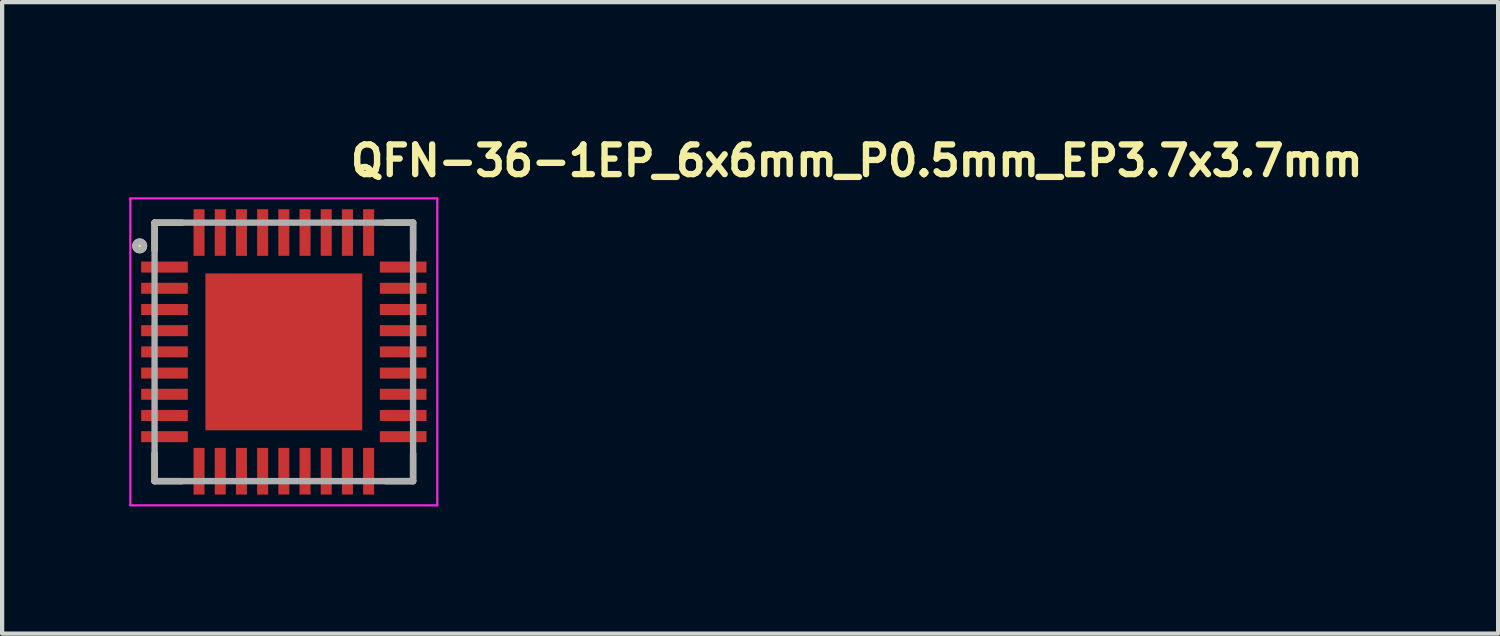
<source format=kicad_pcb>
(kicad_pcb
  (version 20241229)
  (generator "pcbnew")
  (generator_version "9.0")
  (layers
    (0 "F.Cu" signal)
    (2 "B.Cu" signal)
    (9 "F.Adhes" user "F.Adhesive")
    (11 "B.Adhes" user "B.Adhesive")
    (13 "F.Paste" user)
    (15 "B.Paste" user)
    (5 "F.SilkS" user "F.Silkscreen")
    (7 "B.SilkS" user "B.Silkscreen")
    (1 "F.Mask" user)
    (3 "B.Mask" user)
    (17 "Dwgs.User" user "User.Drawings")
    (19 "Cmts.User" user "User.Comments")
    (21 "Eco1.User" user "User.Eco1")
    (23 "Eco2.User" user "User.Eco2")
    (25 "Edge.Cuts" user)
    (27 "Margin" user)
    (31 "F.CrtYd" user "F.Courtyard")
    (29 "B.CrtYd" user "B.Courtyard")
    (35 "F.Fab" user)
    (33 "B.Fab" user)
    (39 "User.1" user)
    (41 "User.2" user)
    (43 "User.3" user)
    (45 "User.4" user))
  (footprint "QFN-36-1EP_6x6mm_P0.5mm_EP3.7x3.7mm"
    (layer "F.Cu")
    (at 3.645 5.25)
    (property "Reference" "QFN-36-1EP_6x6mm_P0.5mm_EP3.7x3.7mm" (at 1.5 -4.1 0) (unlocked yes) (layer "F.SilkS") (effects (font (size 0.7 0.7) (thickness 0.15)) (justify left bottom)))
    (attr smd)
    (fp_line (start -3.049 -3.049) (end -2.4 -3.049) (stroke (width 0.15) (type solid)) (layer "F.SilkS"))
    (fp_line (start -3.049 -2.4) (end -3.049 -3.049) (stroke (width 0.15) (type solid)) (layer "F.SilkS"))
    (fp_line (start -3.049 2.4) (end -3.049 3.049) (stroke (width 0.15) (type solid)) (layer "F.SilkS"))
    (fp_line (start -3.049 3.049) (end -2.4 3.049) (stroke (width 0.15) (type solid)) (layer "F.SilkS"))
    (fp_line (start 2.4 -3.049) (end 3.049 -3.049) (stroke (width 0.15) (type solid)) (layer "F.SilkS"))
    (fp_line (start 2.4 3.049) (end 3.049 3.049) (stroke (width 0.15) (type solid)) (layer "F.SilkS"))
    (fp_line (start 3.049 -3.049) (end 3.049 -2.4) (stroke (width 0.15) (type solid)) (layer "F.SilkS"))
    (fp_line (start 3.049 3.049) (end 3.049 2.4) (stroke (width 0.15) (type solid)) (layer "F.SilkS"))
    (fp_circle (center -3.4 -2.5) (end -3.35 -2.5) (stroke (width 0.15) (type solid)) (fill yes) (layer "F.SilkS"))
    (fp_circle (center -3.4 -2.5) (end -3.299 -2.5) (stroke (width 0.15) (type solid)) (fill no) (layer "F.SilkS"))
    (fp_poly (pts (xy -1.49 -1.49) (xy -0.18 -1.49) (xy -0.18 -0.18) (xy -1.49 -0.18)) (stroke (width 0.01) (type solid)) (fill yes) (layer "F.Paste"))
    (fp_poly (pts (xy -1.49 0.18) (xy -0.18 0.18) (xy -0.18 1.49) (xy -1.49 1.49)) (stroke (width 0.01) (type solid)) (fill yes) (layer "F.Paste"))
    (fp_poly (pts (xy 0.18 -1.49) (xy 1.49 -1.49) (xy 1.49 -0.18) (xy 0.18 -0.18)) (stroke (width 0.01) (type solid)) (fill yes) (layer "F.Paste"))
    (fp_poly (pts (xy 0.18 0.18) (xy 1.49 0.18) (xy 1.49 1.49) (xy 0.18 1.49)) (stroke (width 0.01) (type solid)) (fill yes) (layer "F.Paste"))
    (fp_line (start -3.62 -3.62) (end 3.62 -3.62) (stroke (width 0.05) (type solid)) (layer "F.CrtYd"))
    (fp_line (start -3.62 3.62) (end -3.62 -3.62) (stroke (width 0.05) (type solid)) (layer "F.CrtYd"))
    (fp_line (start 3.62 -3.62) (end 3.62 3.62) (stroke (width 0.05) (type solid)) (layer "F.CrtYd"))
    (fp_line (start 3.62 3.62) (end -3.62 3.62) (stroke (width 0.05) (type solid)) (layer "F.CrtYd"))
    (fp_line (start -3.049 3.049) (end -3.049 -3.049) (stroke (width 0.15) (type solid)) (layer "F.Fab"))
    (fp_line (start 3.049 -3.049) (end -3.049 -3.049) (stroke (width 0.15) (type solid)) (layer "F.Fab"))
    (fp_line (start 3.049 3.049) (end -3.049 3.049) (stroke (width 0.15) (type solid)) (layer "F.Fab"))
    (fp_line (start 3.049 3.049) (end 3.049 -3.049) (stroke (width 0.15) (type solid)) (layer "F.Fab"))
    (fp_circle (center -3.4 -2.5) (end -3.299 -2.5) (stroke (width 0.15) (type solid)) (fill no) (layer "F.Fab"))
    (pad "1" smd rect (at -2.815 -2) (size 1.1 0.26) (layers "F.Cu" "F.Mask" "F.Paste"))
    (pad "2" smd rect (at -2.815 -1.5) (size 1.1 0.26) (layers "F.Cu" "F.Mask" "F.Paste"))
    (pad "3" smd rect (at -2.815 -1) (size 1.1 0.26) (layers "F.Cu" "F.Mask" "F.Paste"))
    (pad "4" smd rect (at -2.815 -0.5) (size 1.1 0.26) (layers "F.Cu" "F.Mask" "F.Paste"))
    (pad "5" smd rect (at -2.815 0) (size 1.1 0.26) (layers "F.Cu" "F.Mask" "F.Paste"))
    (pad "6" smd rect (at -2.815 0.5) (size 1.1 0.26) (layers "F.Cu" "F.Mask" "F.Paste"))
    (pad "7" smd rect (at -2.815 1) (size 1.1 0.26) (layers "F.Cu" "F.Mask" "F.Paste"))
    (pad "8" smd rect (at -2.815 1.5) (size 1.1 0.26) (layers "F.Cu" "F.Mask" "F.Paste"))
    (pad "9" smd rect (at -2.815 2) (size 1.1 0.26) (layers "F.Cu" "F.Mask" "F.Paste"))
    (pad "10" smd rect (at -2 2.815) (size 0.26 1.1) (layers "F.Cu" "F.Mask" "F.Paste"))
    (pad "11" smd rect (at -1.5 2.815) (size 0.26 1.1) (layers "F.Cu" "F.Mask" "F.Paste"))
    (pad "12" smd rect (at -1 2.815) (size 0.26 1.1) (layers "F.Cu" "F.Mask" "F.Paste"))
    (pad "13" smd rect (at -0.5 2.815) (size 0.26 1.1) (layers "F.Cu" "F.Mask" "F.Paste"))
    (pad "14" smd rect (at 0 2.815) (size 0.26 1.1) (layers "F.Cu" "F.Mask" "F.Paste"))
    (pad "15" smd rect (at 0.5 2.815) (size 0.26 1.1) (layers "F.Cu" "F.Mask" "F.Paste"))
    (pad "16" smd rect (at 1 2.815) (size 0.26 1.1) (layers "F.Cu" "F.Mask" "F.Paste"))
    (pad "17" smd rect (at 1.5 2.815) (size 0.26 1.1) (layers "F.Cu" "F.Mask" "F.Paste"))
    (pad "18" smd rect (at 2 2.815) (size 0.26 1.1) (layers "F.Cu" "F.Mask" "F.Paste"))
    (pad "19" smd rect (at 2.815 2) (size 1.1 0.26) (layers "F.Cu" "F.Mask" "F.Paste"))
    (pad "20" smd rect (at 2.815 1.5) (size 1.1 0.26) (layers "F.Cu" "F.Mask" "F.Paste"))
    (pad "21" smd rect (at 2.815 1) (size 1.1 0.26) (layers "F.Cu" "F.Mask" "F.Paste"))
    (pad "22" smd rect (at 2.815 0.5) (size 1.1 0.26) (layers "F.Cu" "F.Mask" "F.Paste"))
    (pad "23" smd rect (at 2.815 0) (size 1.1 0.26) (layers "F.Cu" "F.Mask" "F.Paste"))
    (pad "24" smd rect (at 2.815 -0.5) (size 1.1 0.26) (layers "F.Cu" "F.Mask" "F.Paste"))
    (pad "25" smd rect (at 2.815 -1) (size 1.1 0.26) (layers "F.Cu" "F.Mask" "F.Paste"))
    (pad "26" smd rect (at 2.815 -1.5) (size 1.1 0.26) (layers "F.Cu" "F.Mask" "F.Paste"))
    (pad "27" smd rect (at 2.815 -2) (size 1.1 0.26) (layers "F.Cu" "F.Mask" "F.Paste"))
    (pad "28" smd rect (at 2 -2.815) (size 0.26 1.1) (layers "F.Cu" "F.Mask" "F.Paste"))
    (pad "29" smd rect (at 1.5 -2.815) (size 0.26 1.1) (layers "F.Cu" "F.Mask" "F.Paste"))
    (pad "30" smd rect (at 1 -2.815) (size 0.26 1.1) (layers "F.Cu" "F.Mask" "F.Paste"))
    (pad "31" smd rect (at 0.5 -2.815) (size 0.26 1.1) (layers "F.Cu" "F.Mask" "F.Paste"))
    (pad "32" smd rect (at 0 -2.815) (size 0.26 1.1) (layers "F.Cu" "F.Mask" "F.Paste"))
    (pad "33" smd rect (at -0.5 -2.815) (size 0.26 1.1) (layers "F.Cu" "F.Mask" "F.Paste"))
    (pad "34" smd rect (at -1 -2.815) (size 0.26 1.1) (layers "F.Cu" "F.Mask" "F.Paste"))
    (pad "35" smd rect (at -1.5 -2.815) (size 0.26 1.1) (layers "F.Cu" "F.Mask" "F.Paste"))
    (pad "36" smd rect (at -2 -2.815) (size 0.26 1.1) (layers "F.Cu" "F.Mask" "F.Paste"))
    (pad "37" smd rect (at 0 0) (size 3.7 3.7) (layers "F.Cu" "F.Mask")))
  (gr_rect
    (start -3 -3)
    (end 32.288 11.895)
    (stroke (width 0.1) (type default))
    (fill no)
    (layer "Edge.Cuts")))
</source>
